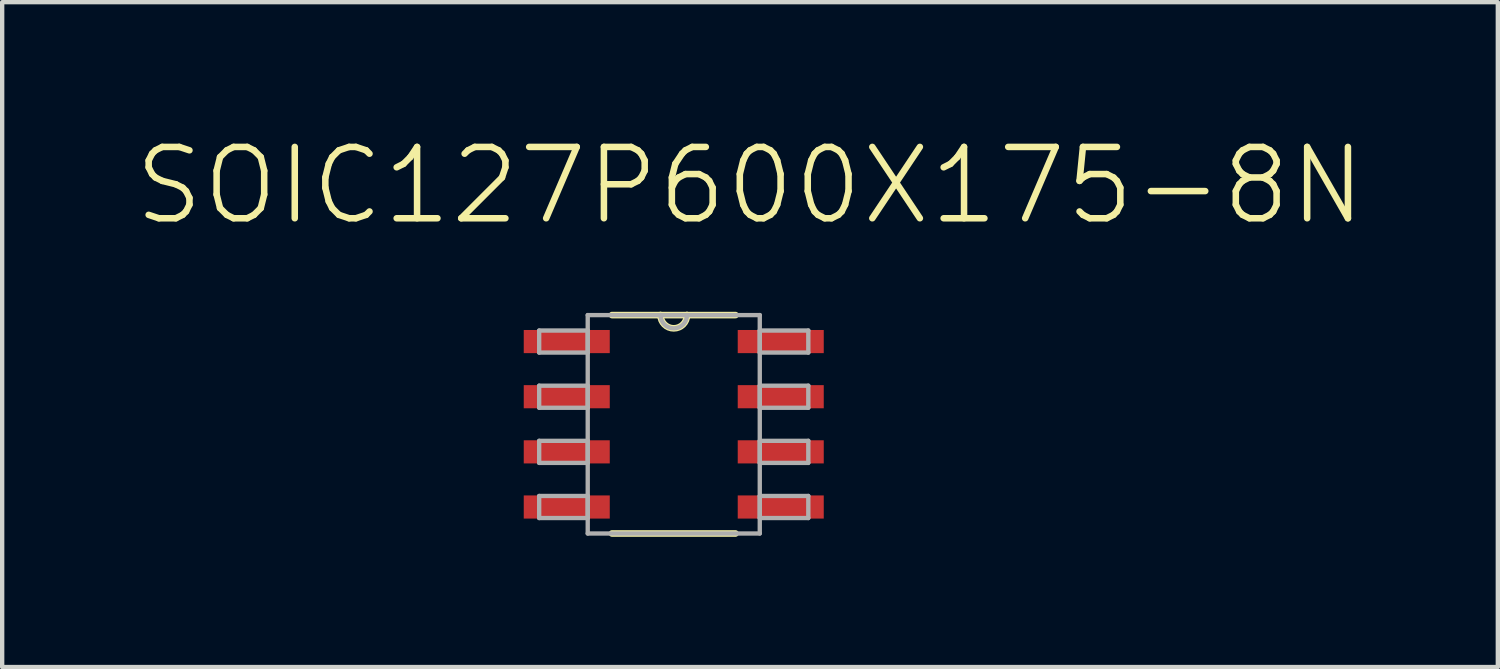
<source format=kicad_pcb>
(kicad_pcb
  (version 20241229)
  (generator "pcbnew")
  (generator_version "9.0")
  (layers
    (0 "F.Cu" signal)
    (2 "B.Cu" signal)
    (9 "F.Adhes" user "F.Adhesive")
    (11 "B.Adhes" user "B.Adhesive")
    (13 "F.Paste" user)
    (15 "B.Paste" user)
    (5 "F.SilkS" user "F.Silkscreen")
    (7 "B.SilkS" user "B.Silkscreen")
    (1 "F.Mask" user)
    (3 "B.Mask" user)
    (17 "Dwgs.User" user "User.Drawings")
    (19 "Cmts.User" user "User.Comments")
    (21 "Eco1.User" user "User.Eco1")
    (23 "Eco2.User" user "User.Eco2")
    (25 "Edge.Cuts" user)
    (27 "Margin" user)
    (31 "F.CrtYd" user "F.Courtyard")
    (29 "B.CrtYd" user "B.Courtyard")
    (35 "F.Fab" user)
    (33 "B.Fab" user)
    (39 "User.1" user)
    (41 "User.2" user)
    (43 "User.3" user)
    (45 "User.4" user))
  (footprint "SOIC127P600X175-8N"
    (layer "F.Cu")
    (at 12.466 6.721)
    (property "Reference" "SOIC127P600X175-8N" (at 1.756 -5.497 0) (layer "F.SilkS") (effects (font (size 1.643 1.643) (thickness 0.15))))
    (attr smd)
    (fp_line (start -1.422 2.515) (end 1.422 2.515) (stroke (width 0.152) (type solid)) (layer "F.SilkS"))
    (fp_line (start -0.305 -2.515) (end -1.422 -2.515) (stroke (width 0.152) (type solid)) (layer "F.SilkS"))
    (fp_line (start 0.305 -2.515) (end -0.305 -2.515) (stroke (width 0.152) (type solid)) (layer "F.SilkS"))
    (fp_line (start 1.422 -2.515) (end 0.305 -2.515) (stroke (width 0.152) (type solid)) (layer "F.SilkS"))
    (fp_arc (start 0.3048 -2.5146) (mid 0 -2.2098) (end -0.3048 -2.5146) (stroke (width 0.1524) (type solid)) (layer "F.SilkS"))
    (fp_line (start -3.099 -2.159) (end -3.099 -1.651) (stroke (width 0.1) (type solid)) (layer "F.Fab"))
    (fp_line (start -3.099 -1.651) (end -1.981 -1.651) (stroke (width 0.1) (type solid)) (layer "F.Fab"))
    (fp_line (start -3.099 -0.889) (end -3.099 -0.381) (stroke (width 0.1) (type solid)) (layer "F.Fab"))
    (fp_line (start -3.099 -0.381) (end -1.981 -0.381) (stroke (width 0.1) (type solid)) (layer "F.Fab"))
    (fp_line (start -3.099 0.381) (end -3.099 0.889) (stroke (width 0.1) (type solid)) (layer "F.Fab"))
    (fp_line (start -3.099 0.889) (end -1.981 0.889) (stroke (width 0.1) (type solid)) (layer "F.Fab"))
    (fp_line (start -3.099 1.651) (end -3.099 2.159) (stroke (width 0.1) (type solid)) (layer "F.Fab"))
    (fp_line (start -3.099 2.159) (end -1.981 2.159) (stroke (width 0.1) (type solid)) (layer "F.Fab"))
    (fp_line (start -1.981 -2.515) (end -1.981 2.515) (stroke (width 0.1) (type solid)) (layer "F.Fab"))
    (fp_line (start -1.981 -2.159) (end -3.099 -2.159) (stroke (width 0.1) (type solid)) (layer "F.Fab"))
    (fp_line (start -1.981 -1.651) (end -1.981 -2.159) (stroke (width 0.1) (type solid)) (layer "F.Fab"))
    (fp_line (start -1.981 -0.889) (end -3.099 -0.889) (stroke (width 0.1) (type solid)) (layer "F.Fab"))
    (fp_line (start -1.981 -0.381) (end -1.981 -0.889) (stroke (width 0.1) (type solid)) (layer "F.Fab"))
    (fp_line (start -1.981 0.381) (end -3.099 0.381) (stroke (width 0.1) (type solid)) (layer "F.Fab"))
    (fp_line (start -1.981 0.889) (end -1.981 0.381) (stroke (width 0.1) (type solid)) (layer "F.Fab"))
    (fp_line (start -1.981 1.651) (end -3.099 1.651) (stroke (width 0.1) (type solid)) (layer "F.Fab"))
    (fp_line (start -1.981 2.159) (end -1.981 1.651) (stroke (width 0.1) (type solid)) (layer "F.Fab"))
    (fp_line (start -1.981 2.515) (end 1.981 2.515) (stroke (width 0.1) (type solid)) (layer "F.Fab"))
    (fp_line (start -0.305 -2.515) (end -1.981 -2.515) (stroke (width 0.1) (type solid)) (layer "F.Fab"))
    (fp_line (start 0.305 -2.515) (end -0.305 -2.515) (stroke (width 0.1) (type solid)) (layer "F.Fab"))
    (fp_line (start 1.981 -2.515) (end 0.305 -2.515) (stroke (width 0.1) (type solid)) (layer "F.Fab"))
    (fp_line (start 1.981 -2.159) (end 1.981 -1.651) (stroke (width 0.1) (type solid)) (layer "F.Fab"))
    (fp_line (start 1.981 -1.651) (end 3.099 -1.651) (stroke (width 0.1) (type solid)) (layer "F.Fab"))
    (fp_line (start 1.981 -0.889) (end 1.981 -0.381) (stroke (width 0.1) (type solid)) (layer "F.Fab"))
    (fp_line (start 1.981 -0.381) (end 3.099 -0.381) (stroke (width 0.1) (type solid)) (layer "F.Fab"))
    (fp_line (start 1.981 0.381) (end 1.981 0.889) (stroke (width 0.1) (type solid)) (layer "F.Fab"))
    (fp_line (start 1.981 0.889) (end 3.099 0.889) (stroke (width 0.1) (type solid)) (layer "F.Fab"))
    (fp_line (start 1.981 1.651) (end 1.981 2.159) (stroke (width 0.1) (type solid)) (layer "F.Fab"))
    (fp_line (start 1.981 2.159) (end 3.099 2.159) (stroke (width 0.1) (type solid)) (layer "F.Fab"))
    (fp_line (start 1.981 2.515) (end 1.981 -2.515) (stroke (width 0.1) (type solid)) (layer "F.Fab"))
    (fp_line (start 3.099 -2.159) (end 1.981 -2.159) (stroke (width 0.1) (type solid)) (layer "F.Fab"))
    (fp_line (start 3.099 -1.651) (end 3.099 -2.159) (stroke (width 0.1) (type solid)) (layer "F.Fab"))
    (fp_line (start 3.099 -0.889) (end 1.981 -0.889) (stroke (width 0.1) (type solid)) (layer "F.Fab"))
    (fp_line (start 3.099 -0.381) (end 3.099 -0.889) (stroke (width 0.1) (type solid)) (layer "F.Fab"))
    (fp_line (start 3.099 0.381) (end 1.981 0.381) (stroke (width 0.1) (type solid)) (layer "F.Fab"))
    (fp_line (start 3.099 0.889) (end 3.099 0.381) (stroke (width 0.1) (type solid)) (layer "F.Fab"))
    (fp_line (start 3.099 1.651) (end 1.981 1.651) (stroke (width 0.1) (type solid)) (layer "F.Fab"))
    (fp_line (start 3.099 2.159) (end 3.099 1.651) (stroke (width 0.1) (type solid)) (layer "F.Fab"))
    (fp_arc (start 0.3048 -2.5146) (mid 0 -2.2098) (end -0.3048 -2.5146) (stroke (width 0.1) (type solid)) (layer "F.Fab"))
    (pad "1" smd rect (at -2.464 -1.905) (size 1.981 0.533) (layers "F.Cu" "F.Mask" "F.Paste"))
    (pad "2" smd rect (at -2.464 -0.635) (size 1.981 0.533) (layers "F.Cu" "F.Mask" "F.Paste"))
    (pad "3" smd rect (at -2.464 0.635) (size 1.981 0.533) (layers "F.Cu" "F.Mask" "F.Paste"))
    (pad "4" smd rect (at -2.464 1.905) (size 1.981 0.533) (layers "F.Cu" "F.Mask" "F.Paste"))
    (pad "5" smd rect (at 2.464 1.905) (size 1.981 0.533) (layers "F.Cu" "F.Mask" "F.Paste"))
    (pad "6" smd rect (at 2.464 0.635) (size 1.981 0.533) (layers "F.Cu" "F.Mask" "F.Paste"))
    (pad "7" smd rect (at 2.464 -0.635) (size 1.981 0.533) (layers "F.Cu" "F.Mask" "F.Paste"))
    (pad "8" smd rect (at 2.464 -1.905) (size 1.981 0.533) (layers "F.Cu" "F.Mask" "F.Paste")))
  (gr_rect
    (start -3 -3)
    (end 31.444 12.312)
    (stroke (width 0.1) (type default))
    (fill no)
    (layer "Edge.Cuts")))
</source>
